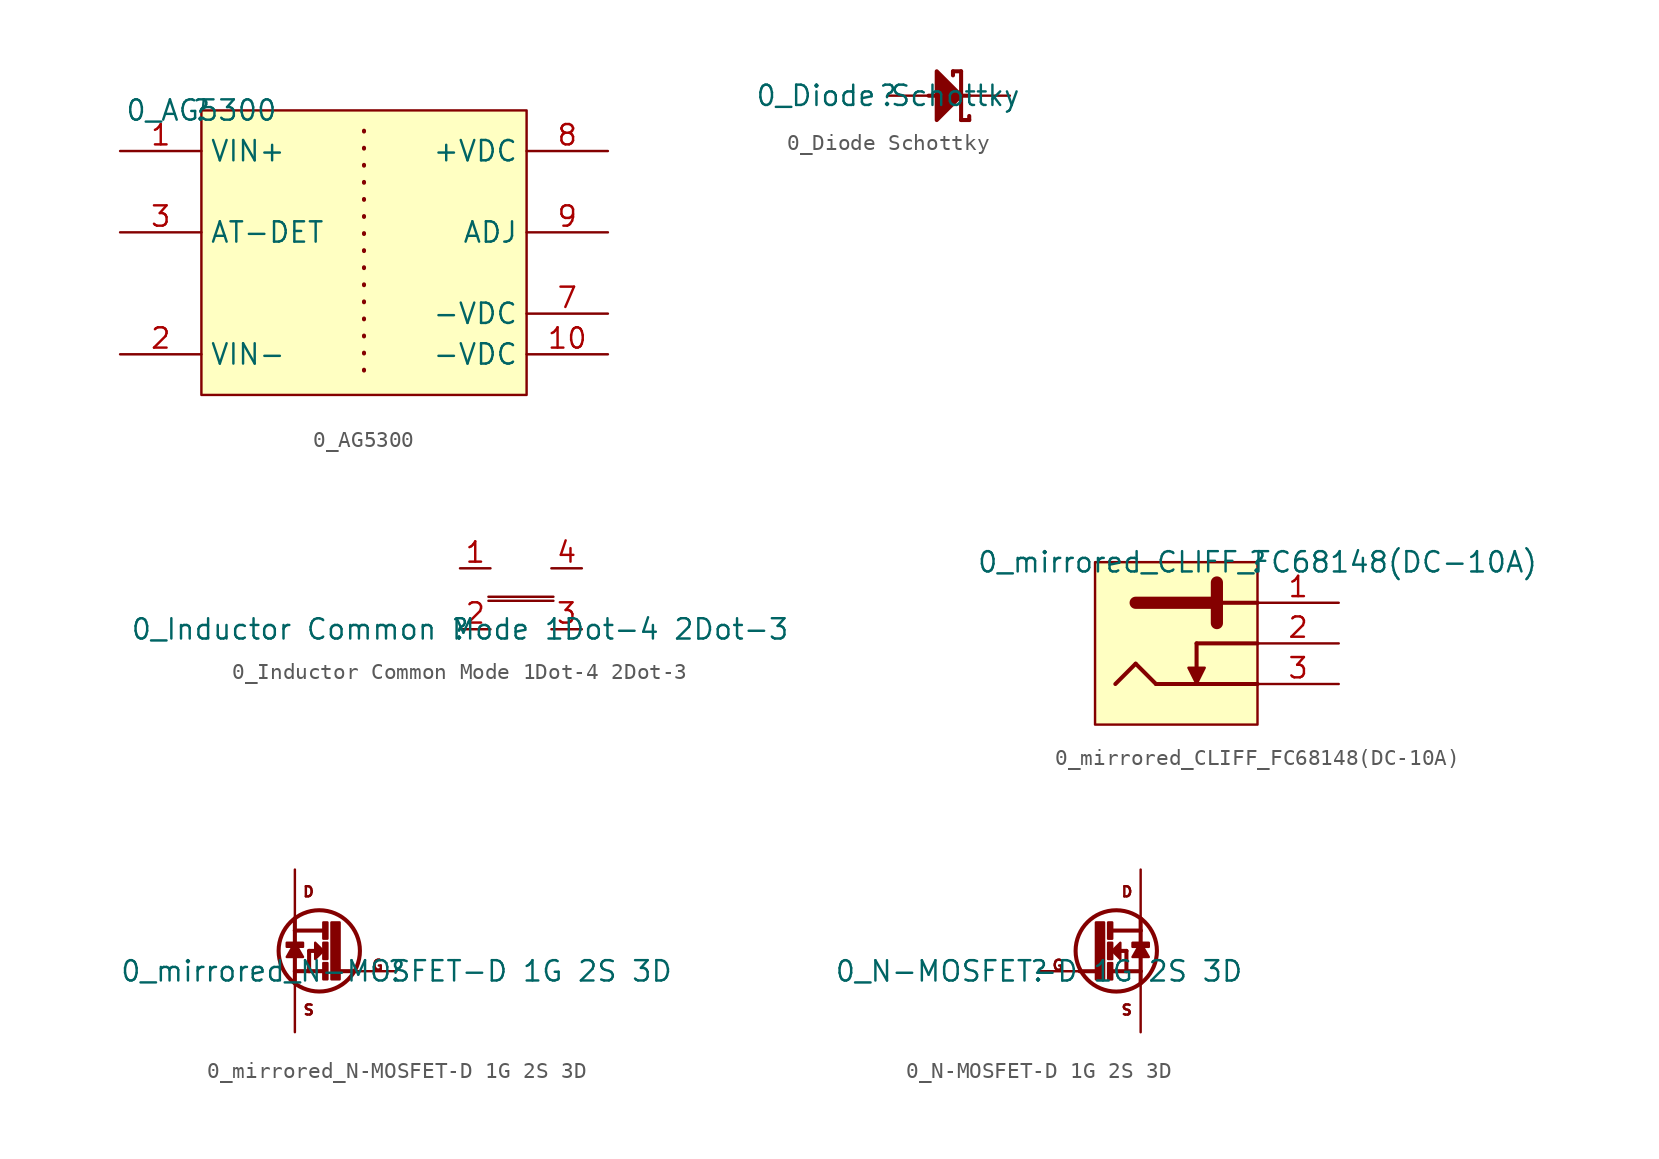
<source format=kicad_sym>
(kicad_symbol_lib
  (version 20220331)
  (generator kicad_symbol_editor)
  (symbol "0_AG5300"
    (property "Reference" ""
      (at 0 0 0)
      (effects (font (size 1.27 1.27))))
    (property "Value" "0_AG5300"
      (at 0 0 0)
      (effects (font (size 1.27 1.27))))
    (symbol "0_AG5300_1_0"
      (polyline (pts (xy 10.16 -1.27) (xy 10.16 -16.51)) (stroke (width 0.254) (type dot)) (fill (type none)))
      (rectangle (start 20.32 0) (end 0 -17.78) (stroke (width 0) (type solid)) (fill (type background)))
      (pin input line (at -5.08 -2.54 0) (length 5.08) (name "VIN+" (effects (font (size 1.27 1.27)))) (number "1" (effects (font (size 1.27 1.27)))))
      (pin power_in line (at 25.4 -15.24 180) (length 5.08) (name "-VDC" (effects (font (size 1.27 1.27)))) (number "10" (effects (font (size 1.27 1.27)))))
      (pin output line (at -5.08 -15.24 0) (length 5.08) (name "VIN-" (effects (font (size 1.27 1.27)))) (number "2" (effects (font (size 1.27 1.27)))))
      (pin input line (at -5.08 -7.62 0) (length 5.08) (name "AT-DET" (effects (font (size 1.27 1.27)))) (number "3" (effects (font (size 1.27 1.27)))))
      (pin power_in line (at 25.4 -12.7 180) (length 5.08) (name "-VDC" (effects (font (size 1.27 1.27)))) (number "7" (effects (font (size 1.27 1.27)))))
      (pin input line (at 25.4 -2.54 180) (length 5.08) (name "+VDC" (effects (font (size 1.27 1.27)))) (number "8" (effects (font (size 1.27 1.27)))))
      (pin input line (at 25.4 -7.62 180) (length 5.08) (name "ADJ" (effects (font (size 1.27 1.27)))) (number "9" (effects (font (size 1.27 1.27)))))))
  (symbol "0_Diode Schottky"
    (property "Reference" ""
      (at 0 0 0)
      (effects (font (size 1.27 1.27))))
    (property "Value" "0_Diode Schottky"
      (at 0 0 0)
      (effects (font (size 1.27 1.27))))
    (symbol "0_Diode Schottky_1_0"
      (polyline (pts (xy 2.54 0) (xy 5.08 0)) (stroke (width 0.254) (type solid)) (fill (type none)))
      (polyline (pts (xy 4.064 1.524) (xy 4.064 1.27)) (stroke (width 0.254) (type solid)) (fill (type none)))
      (polyline (pts (xy 4.572 1.524) (xy 4.064 1.524)) (stroke (width 0.254) (type solid)) (fill (type none)))
      (polyline (pts (xy 4.572 1.524) (xy 4.572 -1.524)) (stroke (width 0.254) (type solid)) (fill (type none)))
      (polyline (pts (xy 5.08 -1.524) (xy 4.572 -1.524)) (stroke (width 0.254) (type solid)) (fill (type none)))
      (polyline (pts (xy 5.08 -1.27) (xy 5.08 -1.524)) (stroke (width 0.254) (type solid)) (fill (type none)))
      (polyline (pts (xy 3.048 -1.524) (xy 4.572 0) (xy 3.048 1.524) (xy 3.048 -1.524)) (stroke (width 0.254) (type solid)) (fill (type outline)))
      (pin passive line (at 7.62 0 180) (length 2.54) (name "C" (effects (font (size 0 0)))) (number "1" (effects (font (size 0 0)))))
      (pin passive line (at 0 0 0) (length 2.54) (name "A" (effects (font (size 0 0)))) (number "2" (effects (font (size 0 0)))))))
  (symbol "0_Inductor Common Mode 1Dot-4 2Dot-3"
    (property "Reference" ""
      (at 0 0 0)
      (effects (font (size 1.27 1.27))))
    (property "Value" "0_Inductor Common Mode 1Dot-4 2Dot-3"
      (at 0 0 0)
      (effects (font (size 1.27 1.27))))
    (symbol "0_Inductor Common Mode 1Dot-4 2Dot-3_1_0"
      (polyline (pts (xy 1.778 1.778) (xy 5.842 1.778)) (stroke (width 0) (type solid)) (fill (type none)))
      (polyline (pts (xy 5.842 2.032) (xy 1.778 2.032)) (stroke (width 0) (type solid)) (fill (type none)))
      (pin passive line (at 0 3.81 0) (length 1.905) (name "1" (effects (font (size 0 0)))) (number "1" (effects (font (size 1.27 1.27)))))
      (pin passive line (at 0 0 0) (length 1.905) (name "2" (effects (font (size 0 0)))) (number "2" (effects (font (size 1.27 1.27)))))
      (pin passive line (at 7.62 0 180) (length 1.905) (name "3" (effects (font (size 0 0)))) (number "3" (effects (font (size 1.27 1.27)))))
      (pin passive line (at 7.62 3.81 180) (length 1.905) (name "4" (effects (font (size 0 0)))) (number "4" (effects (font (size 1.27 1.27)))))))
  (symbol "0_mirrored_CLIFF_FC68148(DC-10A)"
    (property "Reference" ""
      (at 0 0 0)
      (effects (font (size 1.27 1.27))))
    (property "Value" "0_mirrored_CLIFF_FC68148(DC-10A)"
      (at 0 0 0)
      (effects (font (size 1.27 1.27))))
    (symbol "0_mirrored_CLIFF_FC68148(DC-10A)_1_0"
      (rectangle (start 0 0) (end -10.16 -10.16) (stroke (width 0) (type solid)) (fill (type background)))
      (polyline (pts (xy -8.89 -7.62) (xy -7.62 -6.35)) (stroke (width 0.254) (type solid)) (fill (type none)))
      (polyline (pts (xy -7.62 -2.54) (xy -2.54 -2.54)) (stroke (width 0.762) (type solid)) (fill (type none)))
      (polyline (pts (xy -6.35 -7.62) (xy -7.62 -6.35)) (stroke (width 0.254) (type solid)) (fill (type none)))
      (polyline (pts (xy -3.81 -7.112) (xy -3.81 -5.08)) (stroke (width 0.254) (type solid)) (fill (type none)))
      (polyline (pts (xy -2.54 -1.27) (xy -2.54 -3.81)) (stroke (width 0.762) (type solid)) (fill (type none)))
      (polyline (pts (xy 0 -7.62) (xy -6.35 -7.62)) (stroke (width 0.254) (type solid)) (fill (type none)))
      (polyline (pts (xy 0 -5.08) (xy -3.81 -5.08)) (stroke (width 0.254) (type solid)) (fill (type none)))
      (polyline (pts (xy 0 -2.54) (xy -2.54 -2.54)) (stroke (width 0.254) (type solid)) (fill (type none)))
      (polyline (pts (xy -3.81 -7.62) (xy -3.302 -6.604) (xy -4.318 -6.604) (xy -3.81 -7.62)) (stroke (width 0) (type solid)) (fill (type outline)))
      (pin bidirectional line (at 5.08 -2.54 180) (length 5.08) (name "1" (effects (font (size 0 0)))) (number "1" (effects (font (size 1.27 1.27)))))
      (pin bidirectional line (at 5.08 -5.08 180) (length 5.08) (name "2" (effects (font (size 0 0)))) (number "2" (effects (font (size 1.27 1.27)))))
      (pin bidirectional line (at 5.08 -7.62 180) (length 5.08) (name "3" (effects (font (size 0 0)))) (number "3" (effects (font (size 1.27 1.27)))))))
  (symbol "0_mirrored_N-MOSFET-D 1G 2S 3D"
    (property "Reference" ""
      (at 0 0 0)
      (effects (font (size 1.27 1.27))))
    (property "Value" "0_mirrored_N-MOSFET-D 1G 2S 3D"
      (at 0 0 0)
      (effects (font (size 1.27 1.27))))
    (symbol "0_mirrored_N-MOSFET-D 1G 2S 3D_1_0"
      (rectangle (start -5.842 1.778) (end -6.858 1.524) (stroke (width 0) (type solid)) (fill (type outline)))
      (circle (center -4.826 1.27) (radius 2.54) (stroke (width 0.254) (type solid)) (fill (type none)))
      (rectangle (start -4.318 0.508) (end -4.572 -0.508) (stroke (width 0) (type solid)) (fill (type outline)))
      (rectangle (start -4.318 1.778) (end -4.572 0.762) (stroke (width 0) (type solid)) (fill (type outline)))
      (rectangle (start -4.318 3.048) (end -4.572 2.032) (stroke (width 0) (type solid)) (fill (type outline)))
      (polyline (pts (xy -6.35 0) (xy -6.35 -0.762)) (stroke (width 0.254) (type solid)) (fill (type none)))
      (polyline (pts (xy -6.35 2.54) (xy -6.35 0)) (stroke (width 0.254) (type solid)) (fill (type none)))
      (polyline (pts (xy -6.35 3.302) (xy -6.35 2.54)) (stroke (width 0.254) (type solid)) (fill (type none)))
      (polyline (pts (xy -5.461 1.27) (xy -5.461 0)) (stroke (width 0.254) (type solid)) (fill (type none)))
      (polyline (pts (xy -4.572 0) (xy -6.35 0)) (stroke (width 0.254) (type solid)) (fill (type none)))
      (polyline (pts (xy -4.572 2.54) (xy -6.35 2.54)) (stroke (width 0.254) (type solid)) (fill (type none)))
      (polyline (pts (xy -4.445 1.27) (xy -5.461 1.27)) (stroke (width 0.254) (type solid)) (fill (type none)))
      (polyline (pts (xy -3.556 0) (xy -2.54 0)) (stroke (width 0.254) (type solid)) (fill (type none)))
      (polyline (pts (xy -6.35 1.778) (xy -5.842 0.889) (xy -6.858 0.889) (xy -6.35 1.778)) (stroke (width 0) (type solid)) (fill (type outline)))
      (polyline (pts (xy -4.572 1.27) (xy -5.08 1.778) (xy -5.08 0.762) (xy -4.572 1.27)) (stroke (width 0) (type solid)) (fill (type outline)))
      (polyline (pts (xy -3.556 -0.508) (xy -4.064 -0.508) (xy -4.064 3.048) (xy -3.556 3.048) (xy -3.556 -0.508)) (stroke (width 0) (type solid)) (fill (type outline)))
      (text "D" (at -5.08 5.334 0) (effects (font (size 0.635 0.635)) (justify right top)))
      (text "G" (at -0.762 0 0) (effects (font (size 0.635 0.635)) (justify right bottom)))
      (text "S" (at -5.08 -2.794 0) (effects (font (size 0.635 0.635)) (justify right bottom)))
      (pin passive line (at 0 0 180) (length 2.54) (name "G" (effects (font (size 0 0)))) (number "1" (effects (font (size 0 0)))))
      (pin passive line (at -6.35 -3.81 90) (length 3.048) (name "S" (effects (font (size 0 0)))) (number "2" (effects (font (size 0 0)))))
      (pin passive line (at -6.35 6.35 270) (length 3.048) (name "D" (effects (font (size 0 0)))) (number "3" (effects (font (size 0 0)))))))
  (symbol "0_N-MOSFET-D 1G 2S 3D"
    (property "Reference" ""
      (at 0 0 0)
      (effects (font (size 1.27 1.27))))
    (property "Value" "0_N-MOSFET-D 1G 2S 3D"
      (at 0 0 0)
      (effects (font (size 1.27 1.27))))
    (symbol "0_N-MOSFET-D 1G 2S 3D_1_0"
      (polyline (pts (xy 3.556 0) (xy 2.54 0)) (stroke (width 0.254) (type solid)) (fill (type none)))
      (polyline (pts (xy 4.445 1.27) (xy 5.461 1.27)) (stroke (width 0.254) (type solid)) (fill (type none)))
      (polyline (pts (xy 4.572 0) (xy 6.35 0)) (stroke (width 0.254) (type solid)) (fill (type none)))
      (polyline (pts (xy 4.572 2.54) (xy 6.35 2.54)) (stroke (width 0.254) (type solid)) (fill (type none)))
      (polyline (pts (xy 5.461 1.27) (xy 5.461 0)) (stroke (width 0.254) (type solid)) (fill (type none)))
      (polyline (pts (xy 6.35 0) (xy 6.35 -0.762)) (stroke (width 0.254) (type solid)) (fill (type none)))
      (polyline (pts (xy 6.35 2.54) (xy 6.35 0)) (stroke (width 0.254) (type solid)) (fill (type none)))
      (polyline (pts (xy 6.35 3.302) (xy 6.35 2.54)) (stroke (width 0.254) (type solid)) (fill (type none)))
      (polyline (pts (xy 4.572 1.27) (xy 5.08 1.778) (xy 5.08 0.762) (xy 4.572 1.27)) (stroke (width 0) (type solid)) (fill (type outline)))
      (polyline (pts (xy 6.35 1.778) (xy 5.842 0.889) (xy 6.858 0.889) (xy 6.35 1.778)) (stroke (width 0) (type solid)) (fill (type outline)))
      (polyline (pts (xy 3.556 -0.508) (xy 4.064 -0.508) (xy 4.064 3.048) (xy 3.556 3.048) (xy 3.556 -0.508)) (stroke (width 0) (type solid)) (fill (type outline)))
      (rectangle (start 4.572 0.508) (end 4.318 -0.508) (stroke (width 0) (type solid)) (fill (type outline)))
      (rectangle (start 4.572 1.778) (end 4.318 0.762) (stroke (width 0) (type solid)) (fill (type outline)))
      (rectangle (start 4.572 3.048) (end 4.318 2.032) (stroke (width 0) (type solid)) (fill (type outline)))
      (circle (center 4.826 1.27) (radius 2.54) (stroke (width 0.254) (type solid)) (fill (type none)))
      (rectangle (start 6.858 1.778) (end 5.842 1.524) (stroke (width 0) (type solid)) (fill (type outline)))
      (text "D" (at 5.08 5.334 0) (effects (font (size 0.635 0.635)) (justify left top)))
      (text "G" (at 0.762 0 0) (effects (font (size 0.635 0.635)) (justify left bottom)))
      (text "S" (at 5.08 -2.794 0) (effects (font (size 0.635 0.635)) (justify left bottom)))
      (pin passive line (at 0 0 0) (length 2.54) (name "G" (effects (font (size 0 0)))) (number "1" (effects (font (size 0 0)))))
      (pin passive line (at 6.35 -3.81 90) (length 3.048) (name "S" (effects (font (size 0 0)))) (number "2" (effects (font (size 0 0)))))
      (pin passive line (at 6.35 6.35 270) (length 3.048) (name "D" (effects (font (size 0 0)))) (number "3" (effects (font (size 0 0))))))))
</source>
